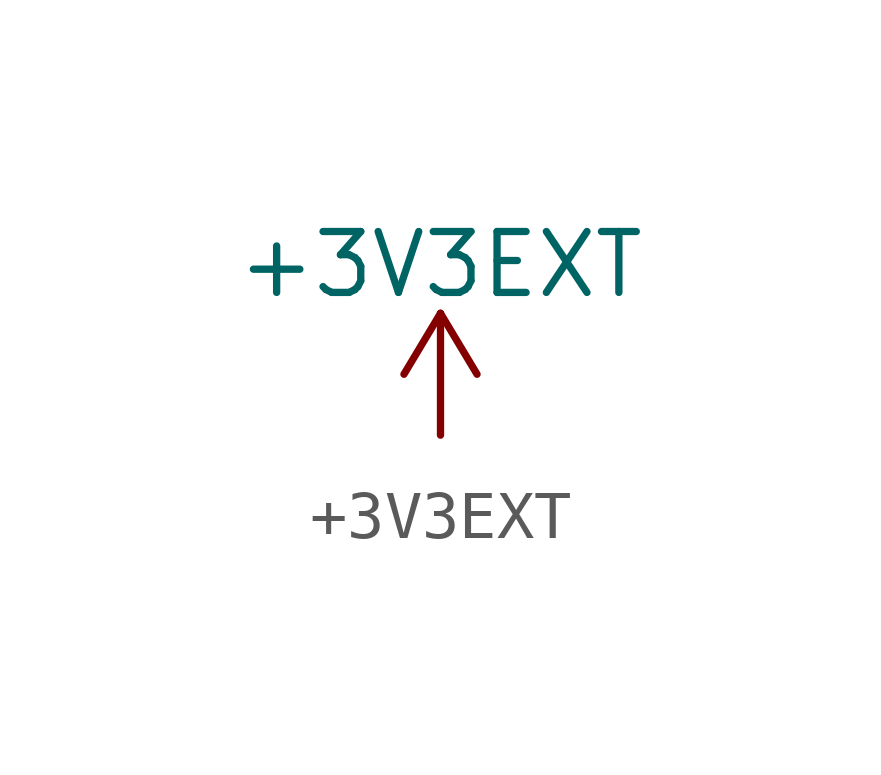
<source format=kicad_sym>
(kicad_symbol_lib
  (version 20220914)
  (generator kicad_symbol_editor)
  (symbol "+3V3EXT"
    (power)
    (pin_names
      (offset 0))
    (property "Reference" "#PWR3V3EXT"
      (at 0 -3.81 0)
      (effects (font (size 1.27 1.27)) hide))
    (property "Value" "+3V3EXT"
      (at 0 3.556 0)
      (effects (font (size 1.27 1.27))))
    (symbol "+3V3EXT_0_1"
      (polyline (pts (xy -0.762 1.27) (xy 0 2.54)) (stroke (width 0) (type default)) (fill (type none)))
      (polyline (pts (xy 0 0) (xy 0 2.54)) (stroke (width 0) (type default)) (fill (type none)))
      (polyline (pts (xy 0 2.54) (xy 0.762 1.27)) (stroke (width 0) (type default)) (fill (type none))))
    (symbol "+3V3EXT_1_1"
      (pin power_in line (at 0 0 90) (length 0) hide (name "+3V3EXT" (effects (font (size 1.27 1.27)))) (number "1" (effects (font (size 1.27 1.27))))))))
</source>
